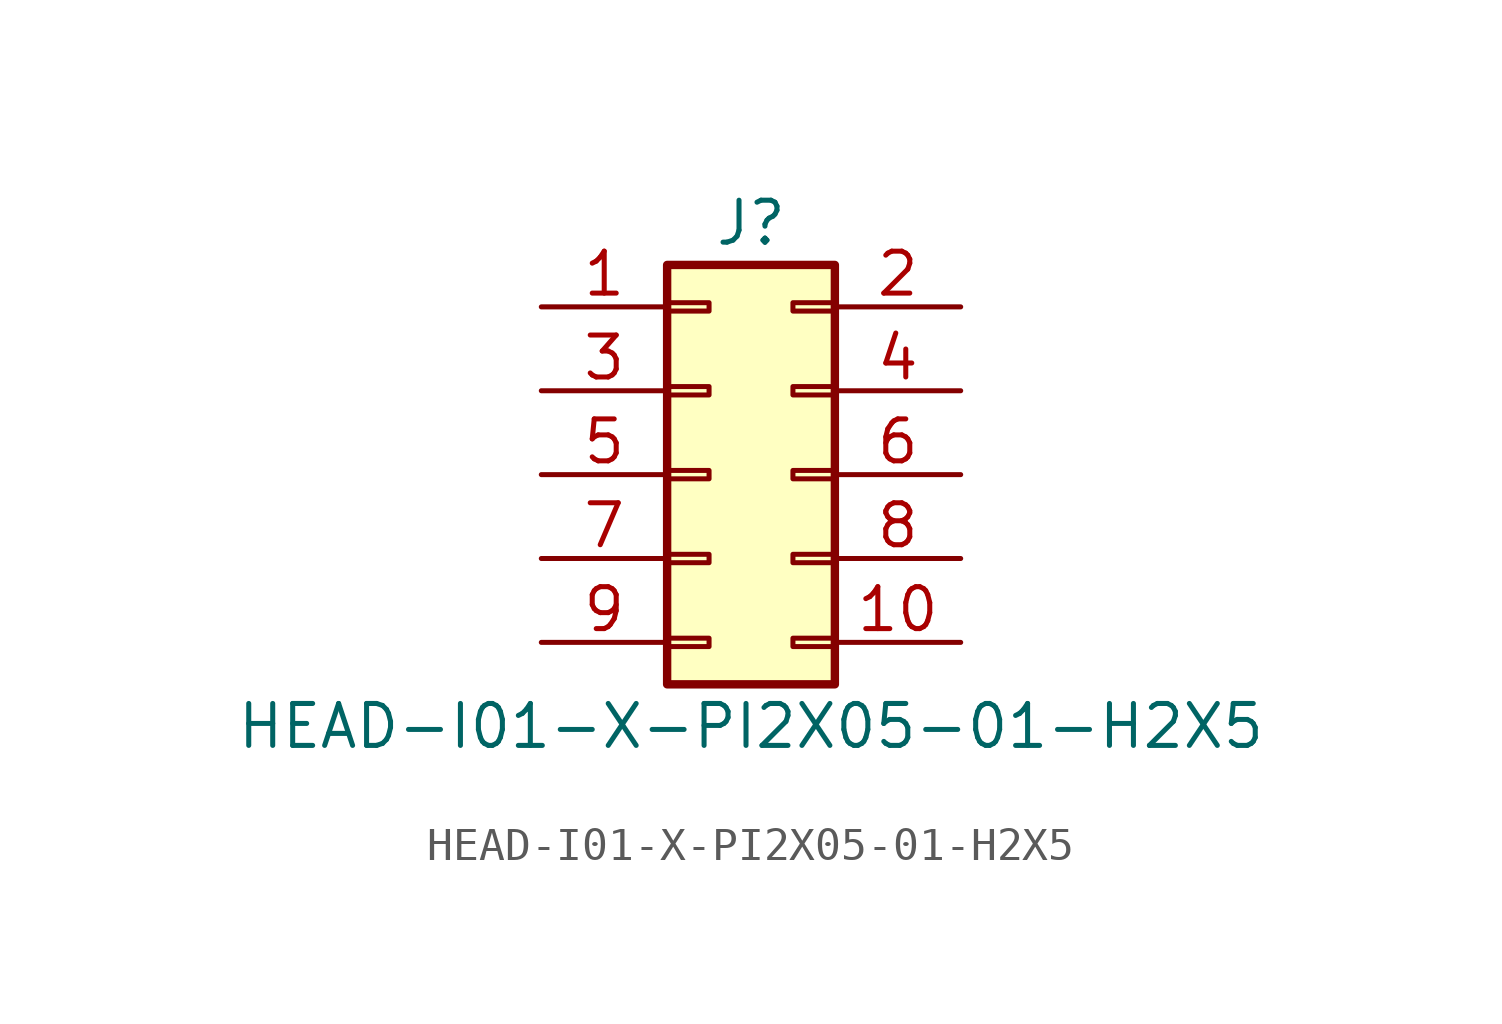
<source format=kicad_sym>
(kicad_symbol_lib
  (version 20211014)
  (generator kicad_symbol_editor)
  (symbol "HEAD-I01-X-PI2X05-01-H2X5"
    (pin_names
      (offset 1.016) hide)
    (property "Reference" "J"
      (at 1.27 7.62 0)
      (effects (font (size 1.27 1.27))))
    (property "Value" "HEAD-I01-X-PI2X05-01-H2X5"
      (at 1.27 -7.62 0)
      (effects (font (size 1.27 1.27))))
    (symbol "HEAD-I01-X-PI2X05-01-H2X5_1_1"
      (rectangle (start -1.27 -4.953) (end 0 -5.207) (stroke (width 0.152) (type default) (color 0 0 0 0)) (fill (type none)))
      (rectangle (start -1.27 -2.413) (end 0 -2.667) (stroke (width 0.152) (type default) (color 0 0 0 0)) (fill (type none)))
      (rectangle (start -1.27 0.127) (end 0 -0.127) (stroke (width 0.152) (type default) (color 0 0 0 0)) (fill (type none)))
      (rectangle (start -1.27 2.667) (end 0 2.413) (stroke (width 0.152) (type default) (color 0 0 0 0)) (fill (type none)))
      (rectangle (start -1.27 5.207) (end 0 4.953) (stroke (width 0.152) (type default) (color 0 0 0 0)) (fill (type none)))
      (rectangle (start -1.27 6.35) (end 3.81 -6.35) (stroke (width 0.254) (type default) (color 0 0 0 0)) (fill (type background)))
      (rectangle (start 3.81 -4.953) (end 2.54 -5.207) (stroke (width 0.152) (type default) (color 0 0 0 0)) (fill (type none)))
      (rectangle (start 3.81 -2.413) (end 2.54 -2.667) (stroke (width 0.152) (type default) (color 0 0 0 0)) (fill (type none)))
      (rectangle (start 3.81 0.127) (end 2.54 -0.127) (stroke (width 0.152) (type default) (color 0 0 0 0)) (fill (type none)))
      (rectangle (start 3.81 2.667) (end 2.54 2.413) (stroke (width 0.152) (type default) (color 0 0 0 0)) (fill (type none)))
      (rectangle (start 3.81 5.207) (end 2.54 4.953) (stroke (width 0.152) (type default) (color 0 0 0 0)) (fill (type none)))
      (pin passive line (at -5.08 5.08 0) (length 3.81) (name "Pin_1" (effects (font (size 1.27 1.27)))) (number "1" (effects (font (size 1.27 1.27)))))
      (pin passive line (at 7.62 -5.08 180) (length 3.81) (name "Pin_10" (effects (font (size 1.27 1.27)))) (number "10" (effects (font (size 1.27 1.27)))))
      (pin passive line (at 7.62 5.08 180) (length 3.81) (name "Pin_2" (effects (font (size 1.27 1.27)))) (number "2" (effects (font (size 1.27 1.27)))))
      (pin passive line (at -5.08 2.54 0) (length 3.81) (name "Pin_3" (effects (font (size 1.27 1.27)))) (number "3" (effects (font (size 1.27 1.27)))))
      (pin passive line (at 7.62 2.54 180) (length 3.81) (name "Pin_4" (effects (font (size 1.27 1.27)))) (number "4" (effects (font (size 1.27 1.27)))))
      (pin passive line (at -5.08 0 0) (length 3.81) (name "Pin_5" (effects (font (size 1.27 1.27)))) (number "5" (effects (font (size 1.27 1.27)))))
      (pin passive line (at 7.62 0 180) (length 3.81) (name "Pin_6" (effects (font (size 1.27 1.27)))) (number "6" (effects (font (size 1.27 1.27)))))
      (pin passive line (at -5.08 -2.54 0) (length 3.81) (name "Pin_7" (effects (font (size 1.27 1.27)))) (number "7" (effects (font (size 1.27 1.27)))))
      (pin passive line (at 7.62 -2.54 180) (length 3.81) (name "Pin_8" (effects (font (size 1.27 1.27)))) (number "8" (effects (font (size 1.27 1.27)))))
      (pin passive line (at -5.08 -5.08 0) (length 3.81) (name "Pin_9" (effects (font (size 1.27 1.27)))) (number "9" (effects (font (size 1.27 1.27))))))))
</source>
